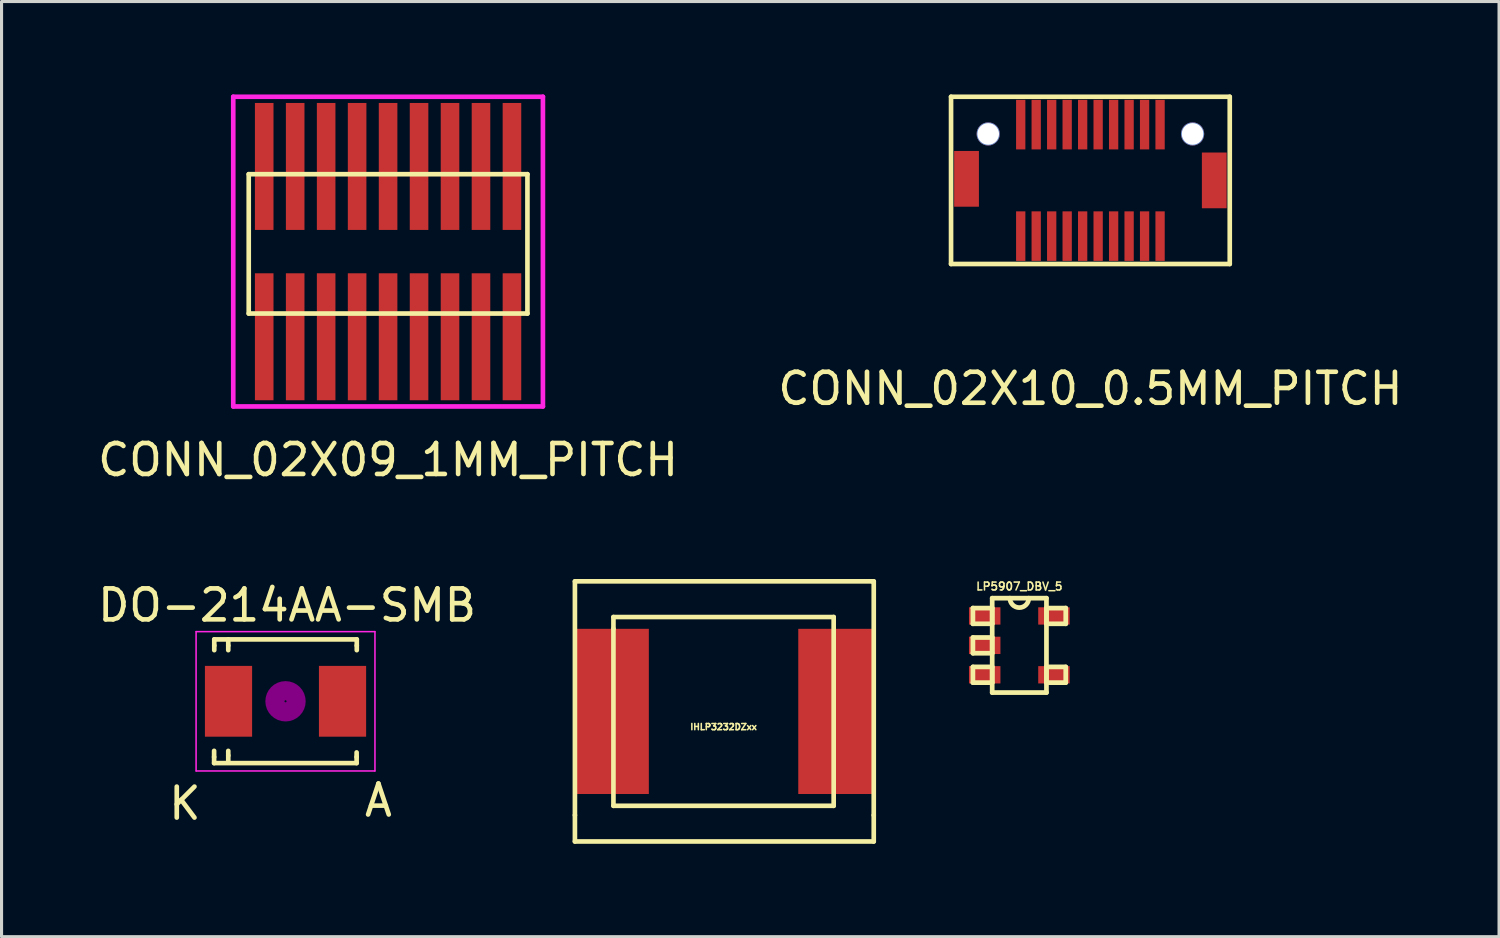
<source format=kicad_pcb>
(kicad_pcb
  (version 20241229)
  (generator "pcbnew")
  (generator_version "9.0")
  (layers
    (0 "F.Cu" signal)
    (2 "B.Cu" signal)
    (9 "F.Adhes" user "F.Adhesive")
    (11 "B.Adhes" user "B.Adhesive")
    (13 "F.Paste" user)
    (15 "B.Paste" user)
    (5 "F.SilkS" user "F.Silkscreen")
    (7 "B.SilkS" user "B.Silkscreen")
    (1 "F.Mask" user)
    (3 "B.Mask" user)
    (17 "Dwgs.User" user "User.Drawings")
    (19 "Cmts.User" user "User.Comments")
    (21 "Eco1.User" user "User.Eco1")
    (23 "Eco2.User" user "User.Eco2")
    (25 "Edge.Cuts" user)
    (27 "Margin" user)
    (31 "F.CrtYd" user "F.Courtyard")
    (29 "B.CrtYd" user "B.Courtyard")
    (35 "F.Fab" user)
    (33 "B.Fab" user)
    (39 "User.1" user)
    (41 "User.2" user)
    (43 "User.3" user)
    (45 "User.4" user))
  (footprint "CONN_02X09_1MM_PITCH"
    (layer "F.Cu")
    (at 9.482 5.075)
    (property "Reference" "CONN_02X09_1MM_PITCH" (at 0 6.725 0) (layer "F.SilkS") (effects (font (size 1 1) (thickness 0.15))))
    (attr through_hole)
    (fp_line (start -4.5 -2.5) (end 4.5 -2.5) (stroke (width 0.15) (type solid)) (layer "F.SilkS"))
    (fp_line (start -4.5 2) (end -4.5 -2.5) (stroke (width 0.15) (type solid)) (layer "F.SilkS"))
    (fp_line (start 4.5 -2.5) (end 4.5 2) (stroke (width 0.15) (type solid)) (layer "F.SilkS"))
    (fp_line (start 4.5 2) (end -4.5 2) (stroke (width 0.15) (type solid)) (layer "F.SilkS"))
    (fp_line (start -5 -5) (end 5 -5) (stroke (width 0.15) (type solid)) (layer "F.CrtYd"))
    (fp_line (start -5 5) (end -5 -5) (stroke (width 0.15) (type solid)) (layer "F.CrtYd"))
    (fp_line (start 5 -5) (end 5 5) (stroke (width 0.15) (type solid)) (layer "F.CrtYd"))
    (fp_line (start 5 5) (end -5 5) (stroke (width 0.15) (type solid)) (layer "F.CrtYd"))
    (pad "1" smd rect (at -4 2.75) (size 0.6 4.1) (layers "F.Cu" "F.Mask" "F.Paste"))
    (pad "2" smd rect (at -4 -2.75) (size 0.6 4.1) (layers "F.Cu" "F.Mask" "F.Paste"))
    (pad "3" smd rect (at -3 2.75) (size 0.6 4.1) (layers "F.Cu" "F.Mask" "F.Paste"))
    (pad "4" smd rect (at -3 -2.75) (size 0.6 4.1) (layers "F.Cu" "F.Mask" "F.Paste"))
    (pad "5" smd rect (at -2 2.75) (size 0.6 4.1) (layers "F.Cu" "F.Mask" "F.Paste"))
    (pad "6" smd rect (at -2 -2.75) (size 0.6 4.1) (layers "F.Cu" "F.Mask" "F.Paste"))
    (pad "7" smd rect (at -1 2.75) (size 0.6 4.1) (layers "F.Cu" "F.Mask" "F.Paste"))
    (pad "8" smd rect (at -1 -2.75) (size 0.6 4.1) (layers "F.Cu" "F.Mask" "F.Paste"))
    (pad "9" smd rect (at 0 2.75) (size 0.6 4.1) (layers "F.Cu" "F.Mask" "F.Paste"))
    (pad "10" smd rect (at 0 -2.75) (size 0.6 4.1) (layers "F.Cu" "F.Mask" "F.Paste"))
    (pad "11" smd rect (at 1 2.75) (size 0.6 4.1) (layers "F.Cu" "F.Mask" "F.Paste"))
    (pad "12" smd rect (at 1 -2.75) (size 0.6 4.1) (layers "F.Cu" "F.Mask" "F.Paste"))
    (pad "13" smd rect (at 2 2.75) (size 0.6 4.1) (layers "F.Cu" "F.Mask" "F.Paste"))
    (pad "14" smd rect (at 2 -2.75) (size 0.6 4.1) (layers "F.Cu" "F.Mask" "F.Paste"))
    (pad "15" smd rect (at 3 2.75) (size 0.6 4.1) (layers "F.Cu" "F.Mask" "F.Paste"))
    (pad "16" smd rect (at 3 -2.75) (size 0.6 4.1) (layers "F.Cu" "F.Mask" "F.Paste"))
    (pad "17" smd rect (at 4 2.75) (size 0.6 4.1) (layers "F.Cu" "F.Mask" "F.Paste"))
    (pad "18" smd rect (at 4 -2.75) (size 0.6 4.1) (layers "F.Cu" "F.Mask" "F.Paste")))
  (footprint "CONN_02X10_0.5MM_PITCH"
    (layer "F.Cu")
    (at 32.161 2.775)
    (property "Reference" "CONN_02X10_0.5MM_PITCH" (at 0 6.725 0) (layer "F.SilkS") (effects (font (size 1 1) (thickness 0.15))))
    (attr through_hole)
    (fp_line (start -4.5 -2.7) (end 4.5 -2.7) (stroke (width 0.15) (type solid)) (layer "F.SilkS"))
    (fp_line (start -4.5 2.7) (end -4.5 -2.7) (stroke (width 0.15) (type solid)) (layer "F.SilkS"))
    (fp_line (start 4.5 -2.7) (end 4.5 2.7) (stroke (width 0.15) (type solid)) (layer "F.SilkS"))
    (fp_line (start 4.5 2.7) (end -4.5 2.7) (stroke (width 0.15) (type solid)) (layer "F.SilkS"))
    (pad "1" smd rect (at -2.25 1.8) (size 0.3 1.6) (layers "F.Cu" "F.Mask" "F.Paste"))
    (pad "2" smd rect (at -2.25 -1.8) (size 0.3 1.6) (layers "F.Cu" "F.Mask" "F.Paste"))
    (pad "3" smd rect (at -1.75 1.8) (size 0.3 1.6) (layers "F.Cu" "F.Mask" "F.Paste"))
    (pad "4" smd rect (at -1.75 -1.8) (size 0.3 1.6) (layers "F.Cu" "F.Mask" "F.Paste"))
    (pad "5" smd rect (at -1.25 1.8) (size 0.3 1.6) (layers "F.Cu" "F.Mask" "F.Paste"))
    (pad "6" smd rect (at -1.25 -1.8) (size 0.3 1.6) (layers "F.Cu" "F.Mask" "F.Paste"))
    (pad "7" smd rect (at -0.75 1.8) (size 0.3 1.6) (layers "F.Cu" "F.Mask" "F.Paste"))
    (pad "8" smd rect (at -0.75 -1.8) (size 0.3 1.6) (layers "F.Cu" "F.Mask" "F.Paste"))
    (pad "9" smd rect (at -0.25 1.8) (size 0.3 1.6) (layers "F.Cu" "F.Mask" "F.Paste"))
    (pad "10" smd rect (at -0.25 -1.8) (size 0.3 1.6) (layers "F.Cu" "F.Mask" "F.Paste"))
    (pad "11" smd rect (at 0.25 1.8) (size 0.3 1.6) (layers "F.Cu" "F.Mask" "F.Paste"))
    (pad "12" smd rect (at 0.25 -1.8) (size 0.3 1.6) (layers "F.Cu" "F.Mask" "F.Paste"))
    (pad "13" smd rect (at 0.75 1.8) (size 0.3 1.6) (layers "F.Cu" "F.Mask" "F.Paste"))
    (pad "14" smd rect (at 0.75 -1.8) (size 0.3 1.6) (layers "F.Cu" "F.Mask" "F.Paste"))
    (pad "15" smd rect (at 1.25 1.8) (size 0.3 1.6) (layers "F.Cu" "F.Mask" "F.Paste"))
    (pad "16" smd rect (at 1.25 -1.8) (size 0.3 1.6) (layers "F.Cu" "F.Mask" "F.Paste"))
    (pad "17" smd rect (at 1.75 1.8) (size 0.3 1.6) (layers "F.Cu" "F.Mask" "F.Paste"))
    (pad "18" smd rect (at 1.75 -1.8) (size 0.3 1.6) (layers "F.Cu" "F.Mask" "F.Paste"))
    (pad "19" smd rect (at 2.25 1.8) (size 0.3 1.6) (layers "F.Cu" "F.Mask" "F.Paste"))
    (pad "20" smd rect (at 2.25 -1.8) (size 0.3 1.6) (layers "F.Cu" "F.Mask" "F.Paste"))
    (pad "21" thru_hole circle (at 3.3 -1.5) (size 0.75 0.75) (drill 0.7) (layers "*.Cu" "*.Mask"))
    (pad "22" thru_hole circle (at -3.3 -1.5) (size 0.75 0.75) (drill 0.7) (layers "*.Cu" "*.Mask"))
    (pad "23" smd rect (at -4 -0.05) (size 0.8 1.8) (layers "F.Cu" "F.Mask" "F.Paste"))
    (pad "24" smd rect (at 4 0) (size 0.8 1.8) (layers "F.Cu" "F.Mask" "F.Paste")))
  (footprint "IHLP3232DZxx"
    (layer "F.Cu")
    (at 20.315 19.923)
    (property "Reference" "IHLP3232DZxx" (at 0 0.5 0) (layer "F.SilkS") (effects (font (size 0.2 0.2) (thickness 0.05))))
    (attr through_hole)
    (fp_line (start -4.8 -4.2) (end 4.8 -4.2) (stroke (width 0.15) (type solid)) (layer "F.SilkS"))
    (fp_line (start -4.8 3.35) (end -4.8 -4.2) (stroke (width 0.15) (type solid)) (layer "F.SilkS"))
    (fp_line (start -4.8 3.35) (end -4.8 4.2) (stroke (width 0.15) (type solid)) (layer "F.SilkS"))
    (fp_line (start -4.8 4.2) (end 4.85 4.2) (stroke (width 0.15) (type solid)) (layer "F.SilkS"))
    (fp_line (start -3.556 -3.048) (end 3.556 -3.048) (stroke (width 0.15) (type solid)) (layer "F.SilkS"))
    (fp_line (start -3.556 -2.667) (end -3.556 -3.048) (stroke (width 0.15) (type solid)) (layer "F.SilkS"))
    (fp_line (start -3.556 3.048) (end -3.556 -2.667) (stroke (width 0.15) (type solid)) (layer "F.SilkS"))
    (fp_line (start 3.556 -3.048) (end 3.556 3.048) (stroke (width 0.15) (type solid)) (layer "F.SilkS"))
    (fp_line (start 3.556 3.048) (end -3.556 3.048) (stroke (width 0.15) (type solid)) (layer "F.SilkS"))
    (fp_line (start 4.8 -4.2) (end 4.85 -4.2) (stroke (width 0.15) (type solid)) (layer "F.SilkS"))
    (fp_line (start 4.85 -4.2) (end 4.85 3.35) (stroke (width 0.15) (type solid)) (layer "F.SilkS"))
    (fp_line (start 4.85 4.2) (end 4.85 3.35) (stroke (width 0.15) (type solid)) (layer "F.SilkS"))
    (pad "1" smd rect (at -3.619 0) (size 2.413 5.334) (layers "F.Cu" "F.Mask" "F.Paste"))
    (pad "2" smd rect (at 3.619 0) (size 2.413 5.334) (layers "F.Cu" "F.Mask" "F.Paste")))
  (footprint "LP5907_DBV_5"
    (layer "F.Cu")
    (at 29.866 17.79)
    (property "Reference" "LP5907_DBV_5" (at 0 -1.905 0) (layer "F.SilkS") (effects (font (size 0.254 0.254) (thickness 0.05))))
    (attr through_hole)
    (fp_line (start -1.499 -1.204) (end -1.499 -0.696) (stroke (width 0.152) (type solid)) (layer "F.SilkS"))
    (fp_line (start -1.499 -0.696) (end -0.876 -0.696) (stroke (width 0.152) (type solid)) (layer "F.SilkS"))
    (fp_line (start -1.499 -0.254) (end -1.499 0.254) (stroke (width 0.152) (type solid)) (layer "F.SilkS"))
    (fp_line (start -1.499 0.254) (end -0.876 0.254) (stroke (width 0.152) (type solid)) (layer "F.SilkS"))
    (fp_line (start -1.499 0.696) (end -1.499 1.204) (stroke (width 0.152) (type solid)) (layer "F.SilkS"))
    (fp_line (start -1.499 1.204) (end -0.876 1.204) (stroke (width 0.152) (type solid)) (layer "F.SilkS"))
    (fp_line (start -0.876 -1.524) (end -0.876 1.524) (stroke (width 0.152) (type solid)) (layer "F.SilkS"))
    (fp_line (start -0.876 -1.204) (end -1.499 -1.204) (stroke (width 0.152) (type solid)) (layer "F.SilkS"))
    (fp_line (start -0.876 -0.696) (end -0.876 -1.204) (stroke (width 0.152) (type solid)) (layer "F.SilkS"))
    (fp_line (start -0.876 -0.254) (end -1.499 -0.254) (stroke (width 0.152) (type solid)) (layer "F.SilkS"))
    (fp_line (start -0.876 0.254) (end -0.876 -0.254) (stroke (width 0.152) (type solid)) (layer "F.SilkS"))
    (fp_line (start -0.876 0.696) (end -1.499 0.696) (stroke (width 0.152) (type solid)) (layer "F.SilkS"))
    (fp_line (start -0.876 1.204) (end -0.876 0.696) (stroke (width 0.152) (type solid)) (layer "F.SilkS"))
    (fp_line (start -0.876 1.524) (end 0.876 1.524) (stroke (width 0.152) (type solid)) (layer "F.SilkS"))
    (fp_line (start 0.876 -1.524) (end -0.876 -1.524) (stroke (width 0.152) (type solid)) (layer "F.SilkS"))
    (fp_line (start 0.876 -1.204) (end 0.876 -0.696) (stroke (width 0.152) (type solid)) (layer "F.SilkS"))
    (fp_line (start 0.876 -0.696) (end 1.499 -0.696) (stroke (width 0.152) (type solid)) (layer "F.SilkS"))
    (fp_line (start 0.876 0.696) (end 0.876 1.204) (stroke (width 0.152) (type solid)) (layer "F.SilkS"))
    (fp_line (start 0.876 1.204) (end 1.499 1.204) (stroke (width 0.152) (type solid)) (layer "F.SilkS"))
    (fp_line (start 0.876 1.524) (end 0.876 -1.524) (stroke (width 0.152) (type solid)) (layer "F.SilkS"))
    (fp_line (start 1.499 -1.204) (end 0.876 -1.204) (stroke (width 0.152) (type solid)) (layer "F.SilkS"))
    (fp_line (start 1.499 -0.696) (end 1.499 -1.204) (stroke (width 0.152) (type solid)) (layer "F.SilkS"))
    (fp_line (start 1.499 0.696) (end 0.876 0.696) (stroke (width 0.152) (type solid)) (layer "F.SilkS"))
    (fp_line (start 1.499 1.204) (end 1.499 0.696) (stroke (width 0.152) (type solid)) (layer "F.SilkS"))
    (fp_arc (start 0.3048 -1.524) (mid 0 -1.2192) (end -0.3048 -1.524) (stroke (width 0.1524) (type solid)) (layer "F.SilkS"))
    (pad "1" smd rect (at -1.118 -0.95) (size 1.016 0.559) (layers "F.Cu" "F.Mask" "F.Paste"))
    (pad "2" smd rect (at -1.118 0) (size 1.016 0.559) (layers "F.Cu" "F.Mask" "F.Paste"))
    (pad "3" smd rect (at -1.118 0.95) (size 1.016 0.559) (layers "F.Cu" "F.Mask" "F.Paste"))
    (pad "4" smd rect (at 1.118 0.95) (size 1.016 0.559) (layers "F.Cu" "F.Mask" "F.Paste"))
    (pad "5" smd rect (at 1.118 -0.95) (size 1.016 0.559) (layers "F.Cu" "F.Mask" "F.Paste")))
  (footprint "DO-214AA-SMB"
    (layer "F.Cu")
    (at 6.17 19.596)
    (property "Reference" "DO-214AA-SMB" (at 0.05 -3.1 0) (layer "F.SilkS") (effects (font (size 1 1) (thickness 0.15))))
    (attr smd)
    (fp_line (start -2.306 1.8) (end -2.306 1.6) (stroke (width 0.15) (type solid)) (layer "F.SilkS"))
    (fp_line (start -2.306 1.996) (end -2.306 1.798) (stroke (width 0.15) (type solid)) (layer "F.SilkS"))
    (fp_line (start -2.306 1.996) (end 2.296 1.996) (stroke (width 0.15) (type solid)) (layer "F.SilkS"))
    (fp_line (start -2.301 -1.999) (end -2.301 -1.801) (stroke (width 0.15) (type solid)) (layer "F.SilkS"))
    (fp_line (start -2.301 -1.999) (end 2.301 -1.999) (stroke (width 0.15) (type solid)) (layer "F.SilkS"))
    (fp_line (start -2.301 -1.8) (end -2.301 -1.651) (stroke (width 0.15) (type solid)) (layer "F.SilkS"))
    (fp_line (start -1.849 -1.999) (end -1.849 -1.801) (stroke (width 0.15) (type solid)) (layer "F.SilkS"))
    (fp_line (start -1.849 -1.8) (end -1.849 -1.651) (stroke (width 0.15) (type solid)) (layer "F.SilkS"))
    (fp_line (start -1.849 1.75) (end -1.849 1.601) (stroke (width 0.15) (type solid)) (layer "F.SilkS"))
    (fp_line (start -1.849 1.949) (end -1.849 1.751) (stroke (width 0.15) (type solid)) (layer "F.SilkS"))
    (fp_line (start 2.296 1.8) (end 2.296 1.651) (stroke (width 0.15) (type solid)) (layer "F.SilkS"))
    (fp_line (start 2.296 1.996) (end 2.296 1.798) (stroke (width 0.15) (type solid)) (layer "F.SilkS"))
    (fp_line (start 2.301 -1.999) (end 2.301 -1.801) (stroke (width 0.15) (type solid)) (layer "F.SilkS"))
    (fp_line (start 2.301 -1.8) (end 2.301 -1.651) (stroke (width 0.15) (type solid)) (layer "F.SilkS"))
    (fp_circle (center 0 0) (end 0.201 0.099) (stroke (width 0.381) (type solid)) (fill no) (layer "F.Adhes"))
    (fp_circle (center 0 0) (end 0.45 0.099) (stroke (width 0.381) (type solid)) (fill no) (layer "F.Adhes"))
    (fp_line (start -2.888 2.25) (end -2.888 -2.25) (stroke (width 0.05) (type solid)) (layer "F.CrtYd"))
    (fp_line (start -2.883 -2.25) (end 2.883 -2.25) (stroke (width 0.05) (type solid)) (layer "F.CrtYd"))
    (fp_line (start 2.883 2.25) (end -2.883 2.25) (stroke (width 0.05) (type solid)) (layer "F.CrtYd"))
    (fp_line (start 2.888 -2.25) (end 2.888 2.25) (stroke (width 0.05) (type solid)) (layer "F.CrtYd"))
    (fp_text user "A" (at 3 3.2 0) (layer "F.SilkS") (effects (font (size 1 1) (thickness 0.15))))
    (fp_text user "K" (at -3.25 3.3 0) (layer "F.SilkS") (effects (font (size 1 1) (thickness 0.15))))
    (pad "1" smd rect (at -1.841 0) (size 1.524 2.286) (layers "F.Cu" "F.Mask" "F.Paste"))
    (pad "2" smd rect (at 1.841 0) (size 1.524 2.286) (layers "F.Cu" "F.Mask" "F.Paste")))
  (gr_rect
    (start -3 -3)
    (end 45.357 27.198)
    (stroke (width 0.1) (type default))
    (fill no)
    (layer "Edge.Cuts")))
</source>
